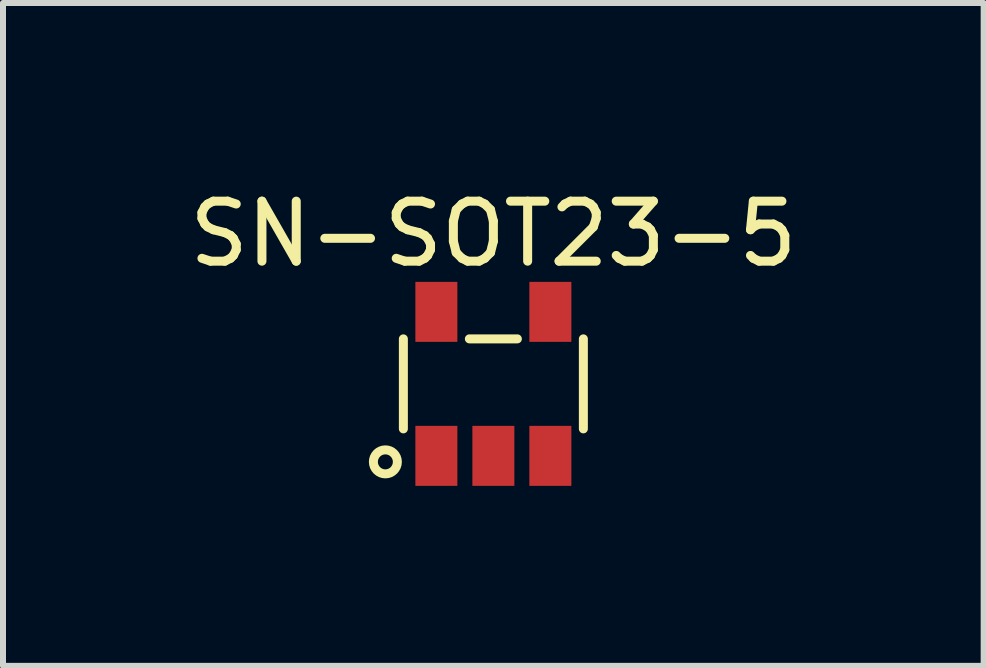
<source format=kicad_pcb>
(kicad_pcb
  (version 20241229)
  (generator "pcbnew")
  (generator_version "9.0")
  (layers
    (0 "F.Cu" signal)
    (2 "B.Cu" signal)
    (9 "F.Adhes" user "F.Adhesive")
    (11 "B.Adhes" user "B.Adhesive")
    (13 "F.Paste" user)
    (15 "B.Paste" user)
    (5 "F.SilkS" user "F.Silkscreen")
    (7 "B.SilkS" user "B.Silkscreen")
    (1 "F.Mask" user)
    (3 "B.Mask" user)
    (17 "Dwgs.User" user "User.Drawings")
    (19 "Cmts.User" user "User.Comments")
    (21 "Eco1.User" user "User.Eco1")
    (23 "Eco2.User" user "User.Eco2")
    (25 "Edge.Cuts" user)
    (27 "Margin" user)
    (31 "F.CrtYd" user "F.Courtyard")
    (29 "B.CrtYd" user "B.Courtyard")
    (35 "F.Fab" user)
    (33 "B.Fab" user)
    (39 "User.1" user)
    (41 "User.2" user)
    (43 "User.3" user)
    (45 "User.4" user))
  (footprint "SN-SOT23-5"
    (layer "F.Cu")
    (at 5.173 3.348)
    (property "Reference" "SN-SOT23-5" (at 0 -2.5 0) (layer "F.SilkS") (effects (font (size 1 1) (thickness 0.15))))
    (attr through_hole)
    (fp_line (start -1.5 0.75) (end -1.5 -0.75) (stroke (width 0.15) (type solid)) (layer "F.SilkS"))
    (fp_line (start -0.4 -0.75) (end 0.4 -0.75) (stroke (width 0.15) (type solid)) (layer "F.SilkS"))
    (fp_line (start 1.5 -0.75) (end 1.5 0.75) (stroke (width 0.15) (type solid)) (layer "F.SilkS"))
    (fp_circle (center -1.8 1.3) (end -1.6 1.3) (stroke (width 0.15) (type solid)) (fill no) (layer "F.SilkS"))
    (pad "1" smd rect (at -0.95 1.2) (size 0.7 1) (layers "F.Cu" "F.Mask" "F.Paste"))
    (pad "2" smd rect (at 0 1.2) (size 0.7 1) (layers "F.Cu" "F.Mask" "F.Paste"))
    (pad "3" smd rect (at 0.95 1.2) (size 0.7 1) (layers "F.Cu" "F.Mask" "F.Paste"))
    (pad "4" smd rect (at 0.95 -1.2) (size 0.7 1) (layers "F.Cu" "F.Mask" "F.Paste"))
    (pad "5" smd rect (at -0.95 -1.2) (size 0.7 1) (layers "F.Cu" "F.Mask" "F.Paste")))
  (gr_rect
    (start -3 -3)
    (end 13.345 8.048)
    (stroke (width 0.1) (type default))
    (fill no)
    (layer "Edge.Cuts")))
</source>
